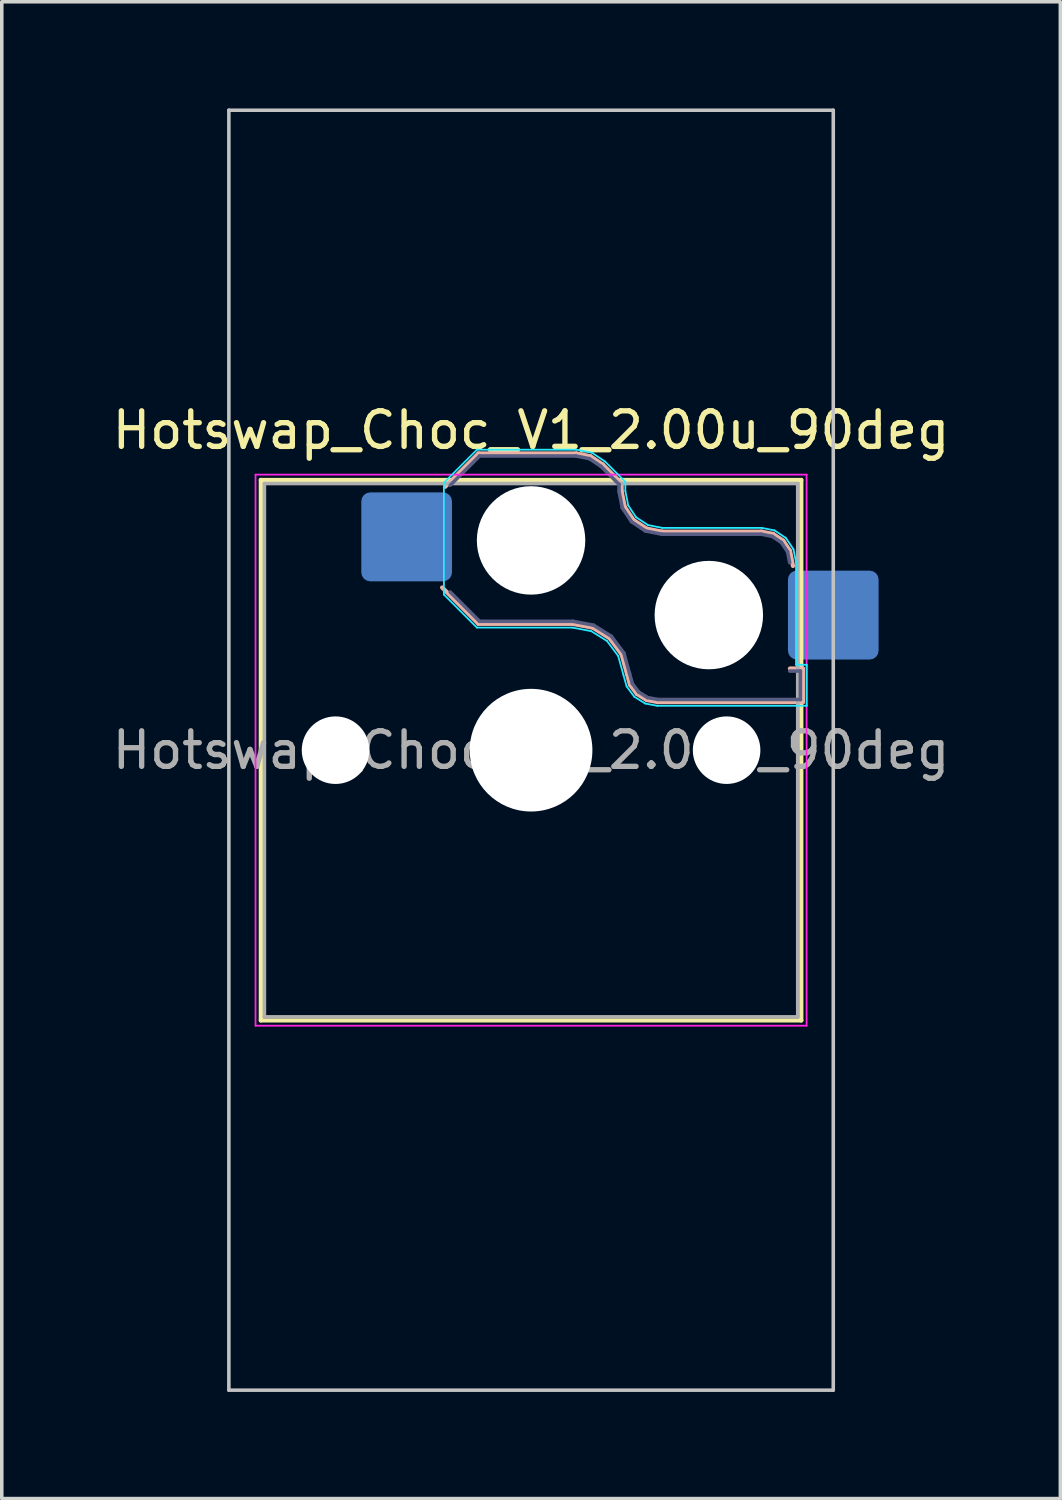
<source format=kicad_pcb>
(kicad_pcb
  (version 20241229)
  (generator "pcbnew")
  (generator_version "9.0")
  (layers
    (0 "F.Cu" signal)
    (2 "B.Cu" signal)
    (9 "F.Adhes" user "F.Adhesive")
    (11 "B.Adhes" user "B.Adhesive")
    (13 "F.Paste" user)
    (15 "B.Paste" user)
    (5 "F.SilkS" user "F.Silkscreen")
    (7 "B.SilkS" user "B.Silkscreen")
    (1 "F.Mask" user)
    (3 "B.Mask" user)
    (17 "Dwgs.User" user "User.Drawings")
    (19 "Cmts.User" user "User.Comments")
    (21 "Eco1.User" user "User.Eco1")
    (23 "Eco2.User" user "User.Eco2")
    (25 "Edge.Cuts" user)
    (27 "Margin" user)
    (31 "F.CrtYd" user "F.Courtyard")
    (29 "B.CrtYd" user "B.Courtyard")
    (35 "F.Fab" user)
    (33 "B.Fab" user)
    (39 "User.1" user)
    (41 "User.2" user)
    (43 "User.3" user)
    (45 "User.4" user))
  (footprint "Hotswap_Choc_V1_2.00u_90deg"
    (layer "F.Cu")
    (at 11.887 18.05)
    (property "Reference" "Hotswap_Choc_V1_2.00u_90deg" (at 0 -9 0) (layer "F.SilkS") (effects (font (size 1 1) (thickness 0.15))))
    (attr smd)
    (fp_line (start -7.6 -7.6) (end -7.6 7.6) (stroke (width 0.12) (type solid)) (layer "F.SilkS"))
    (fp_line (start -7.6 7.6) (end 7.6 7.6) (stroke (width 0.12) (type solid)) (layer "F.SilkS"))
    (fp_line (start 7.6 -7.6) (end -7.6 -7.6) (stroke (width 0.12) (type solid)) (layer "F.SilkS"))
    (fp_line (start 7.6 7.6) (end 7.6 -7.6) (stroke (width 0.12) (type solid)) (layer "F.SilkS"))
    (fp_line (start -2.416 -7.409) (end -1.479 -8.346) (stroke (width 0.12) (type solid)) (layer "B.SilkS"))
    (fp_line (start -1.479 -8.346) (end 1.268 -8.346) (stroke (width 0.12) (type solid)) (layer "B.SilkS"))
    (fp_line (start -1.479 -3.554) (end -2.5 -4.575) (stroke (width 0.12) (type solid)) (layer "B.SilkS"))
    (fp_line (start 1.168 -3.554) (end -1.479 -3.554) (stroke (width 0.12) (type solid)) (layer "B.SilkS"))
    (fp_line (start 1.268 -8.346) (end 1.671 -8.266) (stroke (width 0.12) (type solid)) (layer "B.SilkS"))
    (fp_line (start 1.671 -8.266) (end 2.013 -8.037) (stroke (width 0.12) (type solid)) (layer "B.SilkS"))
    (fp_line (start 1.73 -3.449) (end 1.168 -3.554) (stroke (width 0.12) (type solid)) (layer "B.SilkS"))
    (fp_line (start 2.013 -8.037) (end 2.546 -7.504) (stroke (width 0.12) (type solid)) (layer "B.SilkS"))
    (fp_line (start 2.209 -3.15) (end 1.73 -3.449) (stroke (width 0.12) (type solid)) (layer "B.SilkS"))
    (fp_line (start 2.546 -7.504) (end 2.546 -7.282) (stroke (width 0.12) (type solid)) (layer "B.SilkS"))
    (fp_line (start 2.546 -7.282) (end 2.633 -6.844) (stroke (width 0.12) (type solid)) (layer "B.SilkS"))
    (fp_line (start 2.547 -2.697) (end 2.209 -3.15) (stroke (width 0.12) (type solid)) (layer "B.SilkS"))
    (fp_line (start 2.633 -6.844) (end 2.877 -6.477) (stroke (width 0.12) (type solid)) (layer "B.SilkS"))
    (fp_line (start 2.701 -2.139) (end 2.547 -2.697) (stroke (width 0.12) (type solid)) (layer "B.SilkS"))
    (fp_line (start 2.783 -1.841) (end 2.701 -2.139) (stroke (width 0.12) (type solid)) (layer "B.SilkS"))
    (fp_line (start 2.877 -6.477) (end 3.244 -6.233) (stroke (width 0.12) (type solid)) (layer "B.SilkS"))
    (fp_line (start 2.976 -1.583) (end 2.783 -1.841) (stroke (width 0.12) (type solid)) (layer "B.SilkS"))
    (fp_line (start 3.244 -6.233) (end 3.682 -6.146) (stroke (width 0.12) (type solid)) (layer "B.SilkS"))
    (fp_line (start 3.25 -1.413) (end 2.976 -1.583) (stroke (width 0.12) (type solid)) (layer "B.SilkS"))
    (fp_line (start 3.56 -1.354) (end 3.25 -1.413) (stroke (width 0.12) (type solid)) (layer "B.SilkS"))
    (fp_line (start 3.682 -6.146) (end 6.482 -6.146) (stroke (width 0.12) (type solid)) (layer "B.SilkS"))
    (fp_line (start 6.482 -6.146) (end 6.809 -6.081) (stroke (width 0.12) (type solid)) (layer "B.SilkS"))
    (fp_line (start 6.809 -6.081) (end 7.092 -5.892) (stroke (width 0.12) (type solid)) (layer "B.SilkS"))
    (fp_line (start 7.092 -5.892) (end 7.281 -5.609) (stroke (width 0.12) (type solid)) (layer "B.SilkS"))
    (fp_line (start 7.281 -5.609) (end 7.366 -5.182) (stroke (width 0.12) (type solid)) (layer "B.SilkS"))
    (fp_line (start 7.283 -2.296) (end 7.646 -2.296) (stroke (width 0.12) (type solid)) (layer "B.SilkS"))
    (fp_line (start 7.646 -2.296) (end 7.646 -1.354) (stroke (width 0.12) (type solid)) (layer "B.SilkS"))
    (fp_line (start 7.646 -1.354) (end 3.56 -1.354) (stroke (width 0.12) (type solid)) (layer "B.SilkS"))
    (fp_line (start -8.5 -18) (end 8.5 -18) (stroke (width 0.1) (type solid)) (layer "Dwgs.User"))
    (fp_line (start -8.5 18) (end -8.5 -18) (stroke (width 0.1) (type solid)) (layer "Dwgs.User"))
    (fp_line (start 8.5 -18) (end 8.5 18) (stroke (width 0.1) (type solid)) (layer "Dwgs.User"))
    (fp_line (start 8.5 18) (end -8.5 18) (stroke (width 0.1) (type solid)) (layer "Dwgs.User"))
    (fp_line (start -7.25 -7.25) (end -7.25 7.25) (stroke (width 0.1) (type solid)) (layer "Eco1.User"))
    (fp_line (start -7.25 7.25) (end 7.25 7.25) (stroke (width 0.1) (type solid)) (layer "Eco1.User"))
    (fp_line (start 7.25 -7.25) (end -7.25 -7.25) (stroke (width 0.1) (type solid)) (layer "Eco1.User"))
    (fp_line (start 7.25 7.25) (end 7.25 -7.25) (stroke (width 0.1) (type solid)) (layer "Eco1.User"))
    (fp_line (start -2.452 -7.523) (end -1.523 -8.452) (stroke (width 0.05) (type solid)) (layer "B.CrtYd"))
    (fp_line (start -2.452 -4.377) (end -2.452 -7.523) (stroke (width 0.05) (type solid)) (layer "B.CrtYd"))
    (fp_line (start -1.523 -8.452) (end 1.278 -8.452) (stroke (width 0.05) (type solid)) (layer "B.CrtYd"))
    (fp_line (start -1.523 -3.448) (end -2.452 -4.377) (stroke (width 0.05) (type solid)) (layer "B.CrtYd"))
    (fp_line (start 1.159 -3.448) (end -1.523 -3.448) (stroke (width 0.05) (type solid)) (layer "B.CrtYd"))
    (fp_line (start 1.278 -8.452) (end 1.712 -8.366) (stroke (width 0.05) (type solid)) (layer "B.CrtYd"))
    (fp_line (start 1.691 -3.348) (end 1.159 -3.448) (stroke (width 0.05) (type solid)) (layer "B.CrtYd"))
    (fp_line (start 1.712 -8.366) (end 2.081 -8.119) (stroke (width 0.05) (type solid)) (layer "B.CrtYd"))
    (fp_line (start 2.081 -8.119) (end 2.652 -7.548) (stroke (width 0.05) (type solid)) (layer "B.CrtYd"))
    (fp_line (start 2.136 -3.071) (end 1.691 -3.348) (stroke (width 0.05) (type solid)) (layer "B.CrtYd"))
    (fp_line (start 2.45 -2.65) (end 2.136 -3.071) (stroke (width 0.05) (type solid)) (layer "B.CrtYd"))
    (fp_line (start 2.599 -2.111) (end 2.45 -2.65) (stroke (width 0.05) (type solid)) (layer "B.CrtYd"))
    (fp_line (start 2.652 -7.548) (end 2.652 -7.292) (stroke (width 0.05) (type solid)) (layer "B.CrtYd"))
    (fp_line (start 2.652 -7.292) (end 2.733 -6.885) (stroke (width 0.05) (type solid)) (layer "B.CrtYd"))
    (fp_line (start 2.687 -1.794) (end 2.599 -2.111) (stroke (width 0.05) (type solid)) (layer "B.CrtYd"))
    (fp_line (start 2.733 -6.885) (end 2.953 -6.553) (stroke (width 0.05) (type solid)) (layer "B.CrtYd"))
    (fp_line (start 2.903 -1.503) (end 2.687 -1.794) (stroke (width 0.05) (type solid)) (layer "B.CrtYd"))
    (fp_line (start 2.953 -6.553) (end 3.285 -6.333) (stroke (width 0.05) (type solid)) (layer "B.CrtYd"))
    (fp_line (start 3.211 -1.312) (end 2.903 -1.503) (stroke (width 0.05) (type solid)) (layer "B.CrtYd"))
    (fp_line (start 3.285 -6.333) (end 3.692 -6.252) (stroke (width 0.05) (type solid)) (layer "B.CrtYd"))
    (fp_line (start 3.55 -1.248) (end 3.211 -1.312) (stroke (width 0.05) (type solid)) (layer "B.CrtYd"))
    (fp_line (start 3.692 -6.252) (end 6.492 -6.252) (stroke (width 0.05) (type solid)) (layer "B.CrtYd"))
    (fp_line (start 6.492 -6.252) (end 6.85 -6.181) (stroke (width 0.05) (type solid)) (layer "B.CrtYd"))
    (fp_line (start 6.85 -6.181) (end 7.168 -5.968) (stroke (width 0.05) (type solid)) (layer "B.CrtYd"))
    (fp_line (start 7.168 -5.968) (end 7.381 -5.65) (stroke (width 0.05) (type solid)) (layer "B.CrtYd"))
    (fp_line (start 7.381 -5.65) (end 7.452 -5.292) (stroke (width 0.05) (type solid)) (layer "B.CrtYd"))
    (fp_line (start 7.452 -5.292) (end 7.452 -2.402) (stroke (width 0.05) (type solid)) (layer "B.CrtYd"))
    (fp_line (start 7.452 -2.402) (end 7.752 -2.402) (stroke (width 0.05) (type solid)) (layer "B.CrtYd"))
    (fp_line (start 7.752 -2.402) (end 7.752 -1.248) (stroke (width 0.05) (type solid)) (layer "B.CrtYd"))
    (fp_line (start 7.752 -1.248) (end 3.55 -1.248) (stroke (width 0.05) (type solid)) (layer "B.CrtYd"))
    (fp_line (start -7.75 -7.75) (end -7.75 7.75) (stroke (width 0.05) (type solid)) (layer "F.CrtYd"))
    (fp_line (start -7.75 7.75) (end 7.75 7.75) (stroke (width 0.05) (type solid)) (layer "F.CrtYd"))
    (fp_line (start 7.75 -7.75) (end -7.75 -7.75) (stroke (width 0.05) (type solid)) (layer "F.CrtYd"))
    (fp_line (start 7.75 7.75) (end 7.75 -7.75) (stroke (width 0.05) (type solid)) (layer "F.CrtYd"))
    (fp_line (start -2.275 -7.45) (end -1.45 -8.275) (stroke (width 0.1) (type solid)) (layer "B.Fab"))
    (fp_line (start -1.45 -8.275) (end 1.261 -8.275) (stroke (width 0.1) (type solid)) (layer "B.Fab"))
    (fp_line (start -1.45 -3.625) (end -2.275 -4.45) (stroke (width 0.1) (type solid)) (layer "B.Fab"))
    (fp_line (start 1.175 -3.625) (end -1.45 -3.625) (stroke (width 0.1) (type solid)) (layer "B.Fab"))
    (fp_line (start 1.261 -8.275) (end 1.643 -8.199) (stroke (width 0.1) (type solid)) (layer "B.Fab"))
    (fp_line (start 1.643 -8.199) (end 1.968 -7.982) (stroke (width 0.1) (type solid)) (layer "B.Fab"))
    (fp_line (start 1.756 -3.516) (end 1.175 -3.625) (stroke (width 0.1) (type solid)) (layer "B.Fab"))
    (fp_line (start 1.968 -7.982) (end 2.475 -7.475) (stroke (width 0.1) (type solid)) (layer "B.Fab"))
    (fp_line (start 2.258 -3.203) (end 1.756 -3.516) (stroke (width 0.1) (type solid)) (layer "B.Fab"))
    (fp_line (start 2.475 -7.475) (end 2.475 -7.275) (stroke (width 0.1) (type solid)) (layer "B.Fab"))
    (fp_line (start 2.475 -7.275) (end 2.566 -6.816) (stroke (width 0.1) (type solid)) (layer "B.Fab"))
    (fp_line (start 2.566 -6.816) (end 2.826 -6.426) (stroke (width 0.1) (type solid)) (layer "B.Fab"))
    (fp_line (start 2.612 -2.729) (end 2.258 -3.203) (stroke (width 0.1) (type solid)) (layer "B.Fab"))
    (fp_line (start 2.769 -2.158) (end 2.612 -2.729) (stroke (width 0.1) (type solid)) (layer "B.Fab"))
    (fp_line (start 2.826 -6.426) (end 3.216 -6.166) (stroke (width 0.1) (type solid)) (layer "B.Fab"))
    (fp_line (start 2.848 -1.873) (end 2.769 -2.158) (stroke (width 0.1) (type solid)) (layer "B.Fab"))
    (fp_line (start 3.025 -1.636) (end 2.848 -1.873) (stroke (width 0.1) (type solid)) (layer "B.Fab"))
    (fp_line (start 3.216 -6.166) (end 3.675 -6.075) (stroke (width 0.1) (type solid)) (layer "B.Fab"))
    (fp_line (start 3.276 -1.48) (end 3.025 -1.636) (stroke (width 0.1) (type solid)) (layer "B.Fab"))
    (fp_line (start 3.567 -1.425) (end 3.276 -1.48) (stroke (width 0.1) (type solid)) (layer "B.Fab"))
    (fp_line (start 3.675 -6.075) (end 6.475 -6.075) (stroke (width 0.1) (type solid)) (layer "B.Fab"))
    (fp_line (start 6.475 -6.075) (end 6.781 -6.014) (stroke (width 0.1) (type solid)) (layer "B.Fab"))
    (fp_line (start 6.781 -6.014) (end 7.041 -5.841) (stroke (width 0.1) (type solid)) (layer "B.Fab"))
    (fp_line (start 7.041 -5.841) (end 7.214 -5.581) (stroke (width 0.1) (type solid)) (layer "B.Fab"))
    (fp_line (start 7.214 -5.581) (end 7.275 -5.275) (stroke (width 0.1) (type solid)) (layer "B.Fab"))
    (fp_line (start 7.275 -2.225) (end 7.575 -2.225) (stroke (width 0.1) (type solid)) (layer "B.Fab"))
    (fp_line (start 7.575 -2.225) (end 7.575 -1.425) (stroke (width 0.1) (type solid)) (layer "B.Fab"))
    (fp_line (start 7.575 -1.425) (end 3.567 -1.425) (stroke (width 0.1) (type solid)) (layer "B.Fab"))
    (fp_line (start -7.5 -7.5) (end -7.5 7.5) (stroke (width 0.1) (type solid)) (layer "F.Fab"))
    (fp_line (start -7.5 7.5) (end 7.5 7.5) (stroke (width 0.1) (type solid)) (layer "F.Fab"))
    (fp_line (start 7.5 -7.5) (end -7.5 -7.5) (stroke (width 0.1) (type solid)) (layer "F.Fab"))
    (fp_line (start 7.5 7.5) (end 7.5 -7.5) (stroke (width 0.1) (type solid)) (layer "F.Fab"))
    (fp_text user "${REFERENCE}" (at 0 0 0) (layer "F.Fab") (effects (font (size 1 1) (thickness 0.15))))
    (pad "" np_thru_hole circle (at -5.5 0) (size 1.9 1.9) (drill 1.9) (layers "*.Cu" "*.Mask"))
    (pad "" np_thru_hole circle (at 0 -5.9) (size 3.05 3.05) (drill 3.05) (layers "*.Cu" "*.Mask"))
    (pad "" np_thru_hole circle (at 0 0) (size 3.45 3.45) (drill 3.45) (layers "*.Cu" "*.Mask"))
    (pad "" np_thru_hole circle (at 5 -3.8) (size 3.05 3.05) (drill 3.05) (layers "*.Cu" "*.Mask"))
    (pad "" np_thru_hole circle (at 5.5 0) (size 1.9 1.9) (drill 1.9) (layers "*.Cu" "*.Mask"))
    (pad "1" smd roundrect (at -3.5 -6) (size 2.55 2.5) (layers "B.Cu" "B.Mask" "B.Paste") (roundrect_rratio 0.1))
    (pad "2" smd roundrect (at 8.5 -3.8) (size 2.55 2.5) (layers "B.Cu" "B.Mask" "B.Paste") (roundrect_rratio 0.1)))
  (gr_rect
    (start -3 -3)
    (end 26.774 39.1)
    (stroke (width 0.1) (type default))
    (fill no)
    (layer "Edge.Cuts")))
</source>
